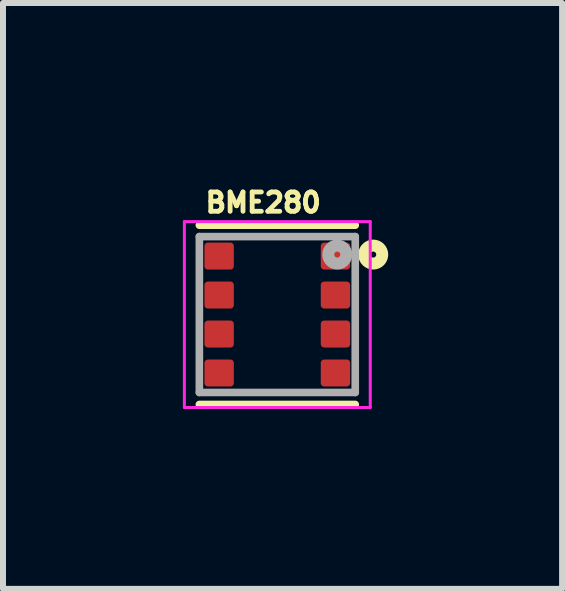
<source format=kicad_pcb>
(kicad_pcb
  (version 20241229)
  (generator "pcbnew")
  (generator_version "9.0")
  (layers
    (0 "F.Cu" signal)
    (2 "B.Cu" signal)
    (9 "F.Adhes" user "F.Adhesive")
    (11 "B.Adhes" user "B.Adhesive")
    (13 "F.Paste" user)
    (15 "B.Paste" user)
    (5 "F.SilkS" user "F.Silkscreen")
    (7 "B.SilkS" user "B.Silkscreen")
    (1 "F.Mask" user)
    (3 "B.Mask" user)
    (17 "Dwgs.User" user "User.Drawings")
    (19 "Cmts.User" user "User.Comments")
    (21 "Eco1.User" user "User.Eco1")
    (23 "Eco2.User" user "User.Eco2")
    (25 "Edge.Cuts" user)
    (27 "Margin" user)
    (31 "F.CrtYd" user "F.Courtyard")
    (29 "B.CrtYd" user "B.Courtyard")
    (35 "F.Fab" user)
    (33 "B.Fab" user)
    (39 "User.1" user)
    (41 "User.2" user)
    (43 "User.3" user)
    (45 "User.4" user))
  (footprint "BME280"
    (layer "F.Cu")
    (at 1.575 2.196)
    (property "Reference" "BME280" (at -0.235 -1.867 0) (layer "F.SilkS") (effects (font (size 0.322 0.322) (thickness 0.15))))
    (attr smd)
    (fp_line (start -1.3 -1.49) (end 1.3 -1.49) (stroke (width 0.127) (type solid)) (layer "F.SilkS"))
    (fp_line (start -1.3 1.5) (end 1.3 1.5) (stroke (width 0.127) (type solid)) (layer "F.SilkS"))
    (fp_circle (center 1.6 -1) (end 1.65 -1) (stroke (width 0.2) (type solid)) (fill no) (layer "F.SilkS"))
    (fp_line (start -1.55 -1.55) (end 1.55 -1.55) (stroke (width 0.05) (type solid)) (layer "F.CrtYd"))
    (fp_line (start -1.55 1.55) (end -1.55 -1.55) (stroke (width 0.05) (type solid)) (layer "F.CrtYd"))
    (fp_line (start 1.55 -1.55) (end 1.55 1.55) (stroke (width 0.05) (type solid)) (layer "F.CrtYd"))
    (fp_line (start 1.55 1.55) (end -1.55 1.55) (stroke (width 0.05) (type solid)) (layer "F.CrtYd"))
    (fp_line (start -1.3 -1.3) (end -1.3 1.3) (stroke (width 0.127) (type solid)) (layer "F.Fab"))
    (fp_line (start -1.3 1.3) (end 1.3 1.3) (stroke (width 0.127) (type solid)) (layer "F.Fab"))
    (fp_line (start 1.3 -1.3) (end -1.3 -1.3) (stroke (width 0.127) (type solid)) (layer "F.Fab"))
    (fp_line (start 1.3 1.3) (end 1.3 -1.3) (stroke (width 0.127) (type solid)) (layer "F.Fab"))
    (fp_circle (center 1 -1) (end 1.05 -1) (stroke (width 0.2) (type solid)) (fill no) (layer "F.Fab"))
    (pad "1" smd roundrect (at 0.97 -0.975) (size 0.49 0.45) (layers "F.Cu" "F.Mask" "F.Paste") (roundrect_rratio 0.125))
    (pad "2" smd roundrect (at 0.97 -0.325) (size 0.49 0.45) (layers "F.Cu" "F.Mask" "F.Paste") (roundrect_rratio 0.125))
    (pad "3" smd roundrect (at 0.97 0.325) (size 0.49 0.45) (layers "F.Cu" "F.Mask" "F.Paste") (roundrect_rratio 0.125))
    (pad "4" smd roundrect (at 0.97 0.975) (size 0.49 0.45) (layers "F.Cu" "F.Mask" "F.Paste") (roundrect_rratio 0.125))
    (pad "5" smd roundrect (at -0.97 0.975) (size 0.49 0.45) (layers "F.Cu" "F.Mask" "F.Paste") (roundrect_rratio 0.125))
    (pad "6" smd roundrect (at -0.97 0.325) (size 0.49 0.45) (layers "F.Cu" "F.Mask" "F.Paste") (roundrect_rratio 0.125))
    (pad "7" smd roundrect (at -0.97 -0.325) (size 0.49 0.45) (layers "F.Cu" "F.Mask" "F.Paste") (roundrect_rratio 0.125))
    (pad "8" smd roundrect (at -0.97 -0.975) (size 0.49 0.45) (layers "F.Cu" "F.Mask" "F.Paste") (roundrect_rratio 0.125)))
  (gr_rect
    (start -3 -3)
    (end 6.325 6.771)
    (stroke (width 0.1) (type default))
    (fill no)
    (layer "Edge.Cuts")))
</source>
